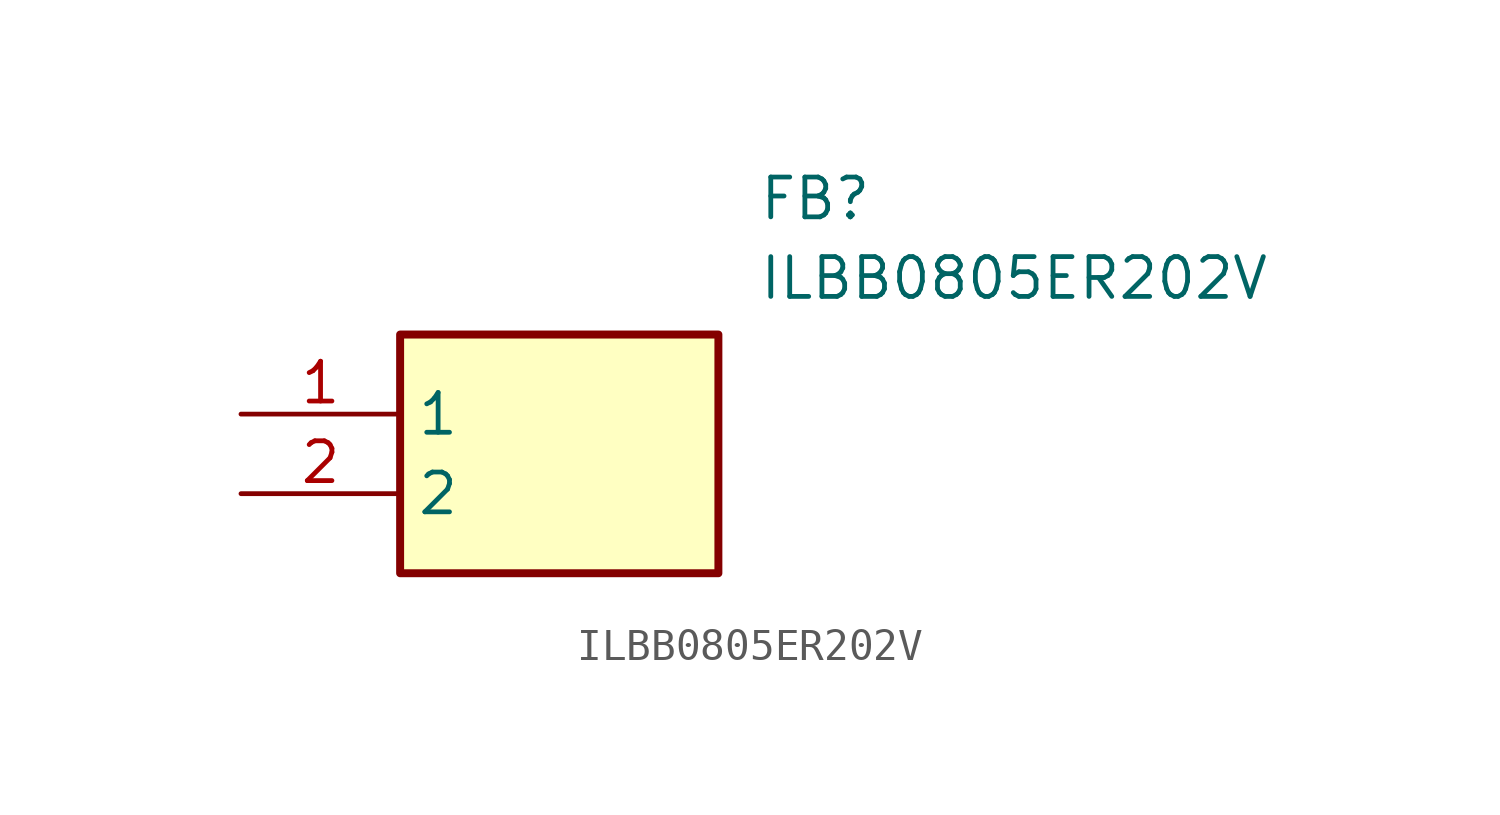
<source format=kicad_sym>
(kicad_symbol_lib
  (version 20211014)
  (generator SamacSys_ECAD_Model)
  (symbol "ILBB0805ER202V"
    (property "Reference" "FB"
      (at 16.51 7.62 0)
      (effects (font (size 1.27 1.27)) (justify left top)))
    (property "Value" "ILBB0805ER202V"
      (at 16.51 5.08 0)
      (effects (font (size 1.27 1.27)) (justify left top)))
    (rectangle
      (start 5.08 2.54)
      (end 15.24 -5.08)
      (stroke (width 0.254) (type default))
      (fill (type background)))
    (pin passive line
      (at 0 0 0)
      (length 5.08)
      (name "1" (effects (font (size 1.27 1.27))))
      (number "1" (effects (font (size 1.27 1.27)))))
    (pin passive line
      (at 0 -2.54 0)
      (length 5.08)
      (name "2" (effects (font (size 1.27 1.27))))
      (number "2" (effects (font (size 1.27 1.27)))))))
</source>
